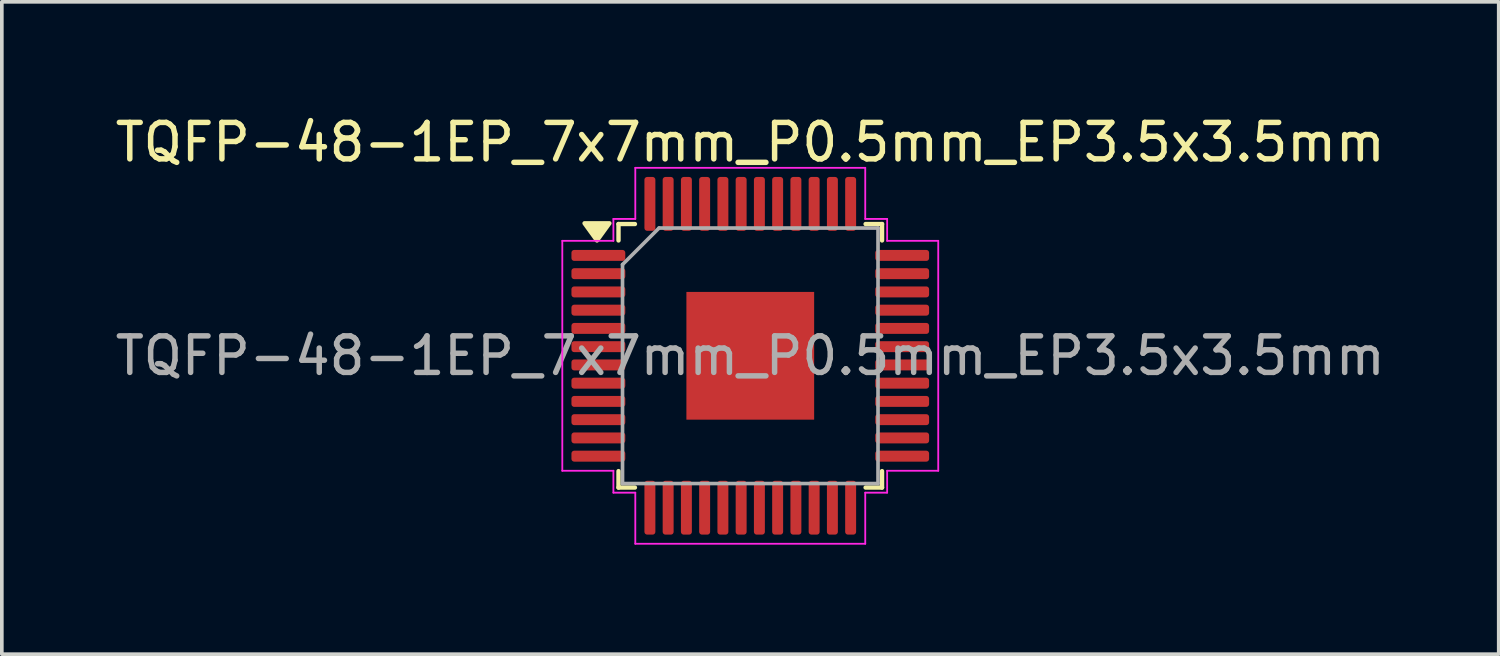
<source format=kicad_pcb>
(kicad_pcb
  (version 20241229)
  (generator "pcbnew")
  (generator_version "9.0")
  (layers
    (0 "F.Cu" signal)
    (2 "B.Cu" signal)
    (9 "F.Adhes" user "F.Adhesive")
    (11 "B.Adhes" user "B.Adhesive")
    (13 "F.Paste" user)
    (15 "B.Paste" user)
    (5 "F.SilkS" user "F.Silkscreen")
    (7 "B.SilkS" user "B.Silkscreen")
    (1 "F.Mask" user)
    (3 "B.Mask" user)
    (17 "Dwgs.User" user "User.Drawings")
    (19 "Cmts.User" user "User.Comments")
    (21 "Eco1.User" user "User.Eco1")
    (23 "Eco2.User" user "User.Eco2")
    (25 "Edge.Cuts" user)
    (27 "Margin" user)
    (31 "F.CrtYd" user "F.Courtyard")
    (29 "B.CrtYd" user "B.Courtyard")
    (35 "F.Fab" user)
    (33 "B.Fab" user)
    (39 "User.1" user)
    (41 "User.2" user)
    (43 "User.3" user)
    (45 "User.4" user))
  (footprint "TQFP-48-1EP_7x7mm_P0.5mm_EP3.5x3.5mm"
    (layer "F.Cu")
    (at 17.506 6.698)
    (property "Reference" "TQFP-48-1EP_7x7mm_P0.5mm_EP3.5x3.5mm" (at 0 -5.85 0) (layer "F.SilkS") (effects (font (size 1 1) (thickness 0.15))))
    (attr smd)
    (fp_line (start -3.61 -3.61) (end -3.61 -3.16) (stroke (width 0.12) (type solid)) (layer "F.SilkS"))
    (fp_line (start -3.61 3.61) (end -3.61 3.16) (stroke (width 0.12) (type solid)) (layer "F.SilkS"))
    (fp_line (start -3.16 -3.61) (end -3.61 -3.61) (stroke (width 0.12) (type solid)) (layer "F.SilkS"))
    (fp_line (start -3.16 3.61) (end -3.61 3.61) (stroke (width 0.12) (type solid)) (layer "F.SilkS"))
    (fp_line (start 3.16 -3.61) (end 3.61 -3.61) (stroke (width 0.12) (type solid)) (layer "F.SilkS"))
    (fp_line (start 3.16 3.61) (end 3.61 3.61) (stroke (width 0.12) (type solid)) (layer "F.SilkS"))
    (fp_line (start 3.61 -3.61) (end 3.61 -3.16) (stroke (width 0.12) (type solid)) (layer "F.SilkS"))
    (fp_line (start 3.61 3.61) (end 3.61 3.16) (stroke (width 0.12) (type solid)) (layer "F.SilkS"))
    (fp_poly (pts (xy -4.2 -3.16) (xy -4.54 -3.63) (xy -3.86 -3.63)) (stroke (width 0.12) (type solid)) (fill yes) (layer "F.SilkS"))
    (fp_line (start -5.15 -3.15) (end -3.75 -3.15) (stroke (width 0.05) (type solid)) (layer "F.CrtYd"))
    (fp_line (start -5.15 3.15) (end -5.15 -3.15) (stroke (width 0.05) (type solid)) (layer "F.CrtYd"))
    (fp_line (start -3.75 -3.75) (end -3.15 -3.75) (stroke (width 0.05) (type solid)) (layer "F.CrtYd"))
    (fp_line (start -3.75 -3.15) (end -3.75 -3.75) (stroke (width 0.05) (type solid)) (layer "F.CrtYd"))
    (fp_line (start -3.75 3.15) (end -5.15 3.15) (stroke (width 0.05) (type solid)) (layer "F.CrtYd"))
    (fp_line (start -3.75 3.75) (end -3.75 3.15) (stroke (width 0.05) (type solid)) (layer "F.CrtYd"))
    (fp_line (start -3.15 -5.15) (end 3.15 -5.15) (stroke (width 0.05) (type solid)) (layer "F.CrtYd"))
    (fp_line (start -3.15 -3.75) (end -3.15 -5.15) (stroke (width 0.05) (type solid)) (layer "F.CrtYd"))
    (fp_line (start -3.15 3.75) (end -3.75 3.75) (stroke (width 0.05) (type solid)) (layer "F.CrtYd"))
    (fp_line (start -3.15 5.15) (end -3.15 3.75) (stroke (width 0.05) (type solid)) (layer "F.CrtYd"))
    (fp_line (start 3.15 -5.15) (end 3.15 -3.75) (stroke (width 0.05) (type solid)) (layer "F.CrtYd"))
    (fp_line (start 3.15 -3.75) (end 3.75 -3.75) (stroke (width 0.05) (type solid)) (layer "F.CrtYd"))
    (fp_line (start 3.15 3.75) (end 3.15 5.15) (stroke (width 0.05) (type solid)) (layer "F.CrtYd"))
    (fp_line (start 3.15 5.15) (end -3.15 5.15) (stroke (width 0.05) (type solid)) (layer "F.CrtYd"))
    (fp_line (start 3.75 -3.75) (end 3.75 -3.15) (stroke (width 0.05) (type solid)) (layer "F.CrtYd"))
    (fp_line (start 3.75 -3.15) (end 5.15 -3.15) (stroke (width 0.05) (type solid)) (layer "F.CrtYd"))
    (fp_line (start 3.75 3.15) (end 3.75 3.75) (stroke (width 0.05) (type solid)) (layer "F.CrtYd"))
    (fp_line (start 3.75 3.75) (end 3.15 3.75) (stroke (width 0.05) (type solid)) (layer "F.CrtYd"))
    (fp_line (start 5.15 -3.15) (end 5.15 3.15) (stroke (width 0.05) (type solid)) (layer "F.CrtYd"))
    (fp_line (start 5.15 3.15) (end 3.75 3.15) (stroke (width 0.05) (type solid)) (layer "F.CrtYd"))
    (fp_line (start -3.5 -2.5) (end -2.5 -3.5) (stroke (width 0.1) (type solid)) (layer "F.Fab"))
    (fp_line (start -3.5 3.5) (end -3.5 -2.5) (stroke (width 0.1) (type solid)) (layer "F.Fab"))
    (fp_line (start -2.5 -3.5) (end 3.5 -3.5) (stroke (width 0.1) (type solid)) (layer "F.Fab"))
    (fp_line (start 3.5 -3.5) (end 3.5 3.5) (stroke (width 0.1) (type solid)) (layer "F.Fab"))
    (fp_line (start 3.5 3.5) (end -3.5 3.5) (stroke (width 0.1) (type solid)) (layer "F.Fab"))
    (fp_text user "${REFERENCE}" (at 0 0 0) (layer "F.Fab") (effects (font (size 1 1) (thickness 0.15))))
    (pad "" smd roundrect (at -0.875 -0.875) (size 1.41 1.41) (layers "F.Paste") (roundrect_rratio 0.177))
    (pad "" smd roundrect (at -0.875 0.875) (size 1.41 1.41) (layers "F.Paste") (roundrect_rratio 0.177))
    (pad "" smd roundrect (at 0.875 -0.875) (size 1.41 1.41) (layers "F.Paste") (roundrect_rratio 0.177))
    (pad "" smd roundrect (at 0.875 0.875) (size 1.41 1.41) (layers "F.Paste") (roundrect_rratio 0.177))
    (pad "1" smd roundrect (at -4.162 -2.75) (size 1.475 0.3) (layers "F.Cu" "F.Mask" "F.Paste") (roundrect_rratio 0.25))
    (pad "2" smd roundrect (at -4.162 -2.25) (size 1.475 0.3) (layers "F.Cu" "F.Mask" "F.Paste") (roundrect_rratio 0.25))
    (pad "3" smd roundrect (at -4.162 -1.75) (size 1.475 0.3) (layers "F.Cu" "F.Mask" "F.Paste") (roundrect_rratio 0.25))
    (pad "4" smd roundrect (at -4.162 -1.25) (size 1.475 0.3) (layers "F.Cu" "F.Mask" "F.Paste") (roundrect_rratio 0.25))
    (pad "5" smd roundrect (at -4.162 -0.75) (size 1.475 0.3) (layers "F.Cu" "F.Mask" "F.Paste") (roundrect_rratio 0.25))
    (pad "6" smd roundrect (at -4.162 -0.25) (size 1.475 0.3) (layers "F.Cu" "F.Mask" "F.Paste") (roundrect_rratio 0.25))
    (pad "7" smd roundrect (at -4.162 0.25) (size 1.475 0.3) (layers "F.Cu" "F.Mask" "F.Paste") (roundrect_rratio 0.25))
    (pad "8" smd roundrect (at -4.162 0.75) (size 1.475 0.3) (layers "F.Cu" "F.Mask" "F.Paste") (roundrect_rratio 0.25))
    (pad "9" smd roundrect (at -4.162 1.25) (size 1.475 0.3) (layers "F.Cu" "F.Mask" "F.Paste") (roundrect_rratio 0.25))
    (pad "10" smd roundrect (at -4.162 1.75) (size 1.475 0.3) (layers "F.Cu" "F.Mask" "F.Paste") (roundrect_rratio 0.25))
    (pad "11" smd roundrect (at -4.162 2.25) (size 1.475 0.3) (layers "F.Cu" "F.Mask" "F.Paste") (roundrect_rratio 0.25))
    (pad "12" smd roundrect (at -4.162 2.75) (size 1.475 0.3) (layers "F.Cu" "F.Mask" "F.Paste") (roundrect_rratio 0.25))
    (pad "13" smd roundrect (at -2.75 4.162) (size 0.3 1.475) (layers "F.Cu" "F.Mask" "F.Paste") (roundrect_rratio 0.25))
    (pad "14" smd roundrect (at -2.25 4.162) (size 0.3 1.475) (layers "F.Cu" "F.Mask" "F.Paste") (roundrect_rratio 0.25))
    (pad "15" smd roundrect (at -1.75 4.162) (size 0.3 1.475) (layers "F.Cu" "F.Mask" "F.Paste") (roundrect_rratio 0.25))
    (pad "16" smd roundrect (at -1.25 4.162) (size 0.3 1.475) (layers "F.Cu" "F.Mask" "F.Paste") (roundrect_rratio 0.25))
    (pad "17" smd roundrect (at -0.75 4.162) (size 0.3 1.475) (layers "F.Cu" "F.Mask" "F.Paste") (roundrect_rratio 0.25))
    (pad "18" smd roundrect (at -0.25 4.162) (size 0.3 1.475) (layers "F.Cu" "F.Mask" "F.Paste") (roundrect_rratio 0.25))
    (pad "19" smd roundrect (at 0.25 4.162) (size 0.3 1.475) (layers "F.Cu" "F.Mask" "F.Paste") (roundrect_rratio 0.25))
    (pad "20" smd roundrect (at 0.75 4.162) (size 0.3 1.475) (layers "F.Cu" "F.Mask" "F.Paste") (roundrect_rratio 0.25))
    (pad "21" smd roundrect (at 1.25 4.162) (size 0.3 1.475) (layers "F.Cu" "F.Mask" "F.Paste") (roundrect_rratio 0.25))
    (pad "22" smd roundrect (at 1.75 4.162) (size 0.3 1.475) (layers "F.Cu" "F.Mask" "F.Paste") (roundrect_rratio 0.25))
    (pad "23" smd roundrect (at 2.25 4.162) (size 0.3 1.475) (layers "F.Cu" "F.Mask" "F.Paste") (roundrect_rratio 0.25))
    (pad "24" smd roundrect (at 2.75 4.162) (size 0.3 1.475) (layers "F.Cu" "F.Mask" "F.Paste") (roundrect_rratio 0.25))
    (pad "25" smd roundrect (at 4.162 2.75) (size 1.475 0.3) (layers "F.Cu" "F.Mask" "F.Paste") (roundrect_rratio 0.25))
    (pad "26" smd roundrect (at 4.162 2.25) (size 1.475 0.3) (layers "F.Cu" "F.Mask" "F.Paste") (roundrect_rratio 0.25))
    (pad "27" smd roundrect (at 4.162 1.75) (size 1.475 0.3) (layers "F.Cu" "F.Mask" "F.Paste") (roundrect_rratio 0.25))
    (pad "28" smd roundrect (at 4.162 1.25) (size 1.475 0.3) (layers "F.Cu" "F.Mask" "F.Paste") (roundrect_rratio 0.25))
    (pad "29" smd roundrect (at 4.162 0.75) (size 1.475 0.3) (layers "F.Cu" "F.Mask" "F.Paste") (roundrect_rratio 0.25))
    (pad "30" smd roundrect (at 4.162 0.25) (size 1.475 0.3) (layers "F.Cu" "F.Mask" "F.Paste") (roundrect_rratio 0.25))
    (pad "31" smd roundrect (at 4.162 -0.25) (size 1.475 0.3) (layers "F.Cu" "F.Mask" "F.Paste") (roundrect_rratio 0.25))
    (pad "32" smd roundrect (at 4.162 -0.75) (size 1.475 0.3) (layers "F.Cu" "F.Mask" "F.Paste") (roundrect_rratio 0.25))
    (pad "33" smd roundrect (at 4.162 -1.25) (size 1.475 0.3) (layers "F.Cu" "F.Mask" "F.Paste") (roundrect_rratio 0.25))
    (pad "34" smd roundrect (at 4.162 -1.75) (size 1.475 0.3) (layers "F.Cu" "F.Mask" "F.Paste") (roundrect_rratio 0.25))
    (pad "35" smd roundrect (at 4.162 -2.25) (size 1.475 0.3) (layers "F.Cu" "F.Mask" "F.Paste") (roundrect_rratio 0.25))
    (pad "36" smd roundrect (at 4.162 -2.75) (size 1.475 0.3) (layers "F.Cu" "F.Mask" "F.Paste") (roundrect_rratio 0.25))
    (pad "37" smd roundrect (at 2.75 -4.162) (size 0.3 1.475) (layers "F.Cu" "F.Mask" "F.Paste") (roundrect_rratio 0.25))
    (pad "38" smd roundrect (at 2.25 -4.162) (size 0.3 1.475) (layers "F.Cu" "F.Mask" "F.Paste") (roundrect_rratio 0.25))
    (pad "39" smd roundrect (at 1.75 -4.162) (size 0.3 1.475) (layers "F.Cu" "F.Mask" "F.Paste") (roundrect_rratio 0.25))
    (pad "40" smd roundrect (at 1.25 -4.162) (size 0.3 1.475) (layers "F.Cu" "F.Mask" "F.Paste") (roundrect_rratio 0.25))
    (pad "41" smd roundrect (at 0.75 -4.162) (size 0.3 1.475) (layers "F.Cu" "F.Mask" "F.Paste") (roundrect_rratio 0.25))
    (pad "42" smd roundrect (at 0.25 -4.162) (size 0.3 1.475) (layers "F.Cu" "F.Mask" "F.Paste") (roundrect_rratio 0.25))
    (pad "43" smd roundrect (at -0.25 -4.162) (size 0.3 1.475) (layers "F.Cu" "F.Mask" "F.Paste") (roundrect_rratio 0.25))
    (pad "44" smd roundrect (at -0.75 -4.162) (size 0.3 1.475) (layers "F.Cu" "F.Mask" "F.Paste") (roundrect_rratio 0.25))
    (pad "45" smd roundrect (at -1.25 -4.162) (size 0.3 1.475) (layers "F.Cu" "F.Mask" "F.Paste") (roundrect_rratio 0.25))
    (pad "46" smd roundrect (at -1.75 -4.162) (size 0.3 1.475) (layers "F.Cu" "F.Mask" "F.Paste") (roundrect_rratio 0.25))
    (pad "47" smd roundrect (at -2.25 -4.162) (size 0.3 1.475) (layers "F.Cu" "F.Mask" "F.Paste") (roundrect_rratio 0.25))
    (pad "48" smd roundrect (at -2.75 -4.162) (size 0.3 1.475) (layers "F.Cu" "F.Mask" "F.Paste") (roundrect_rratio 0.25))
    (pad "49" smd rect (at 0 0) (size 3.5 3.5) (property pad_prop_heatsink) (layers "F.Cu" "F.Mask")))
  (gr_rect
    (start -3 -3)
    (end 38.012 14.873)
    (stroke (width 0.1) (type default))
    (fill no)
    (layer "Edge.Cuts")))
</source>
